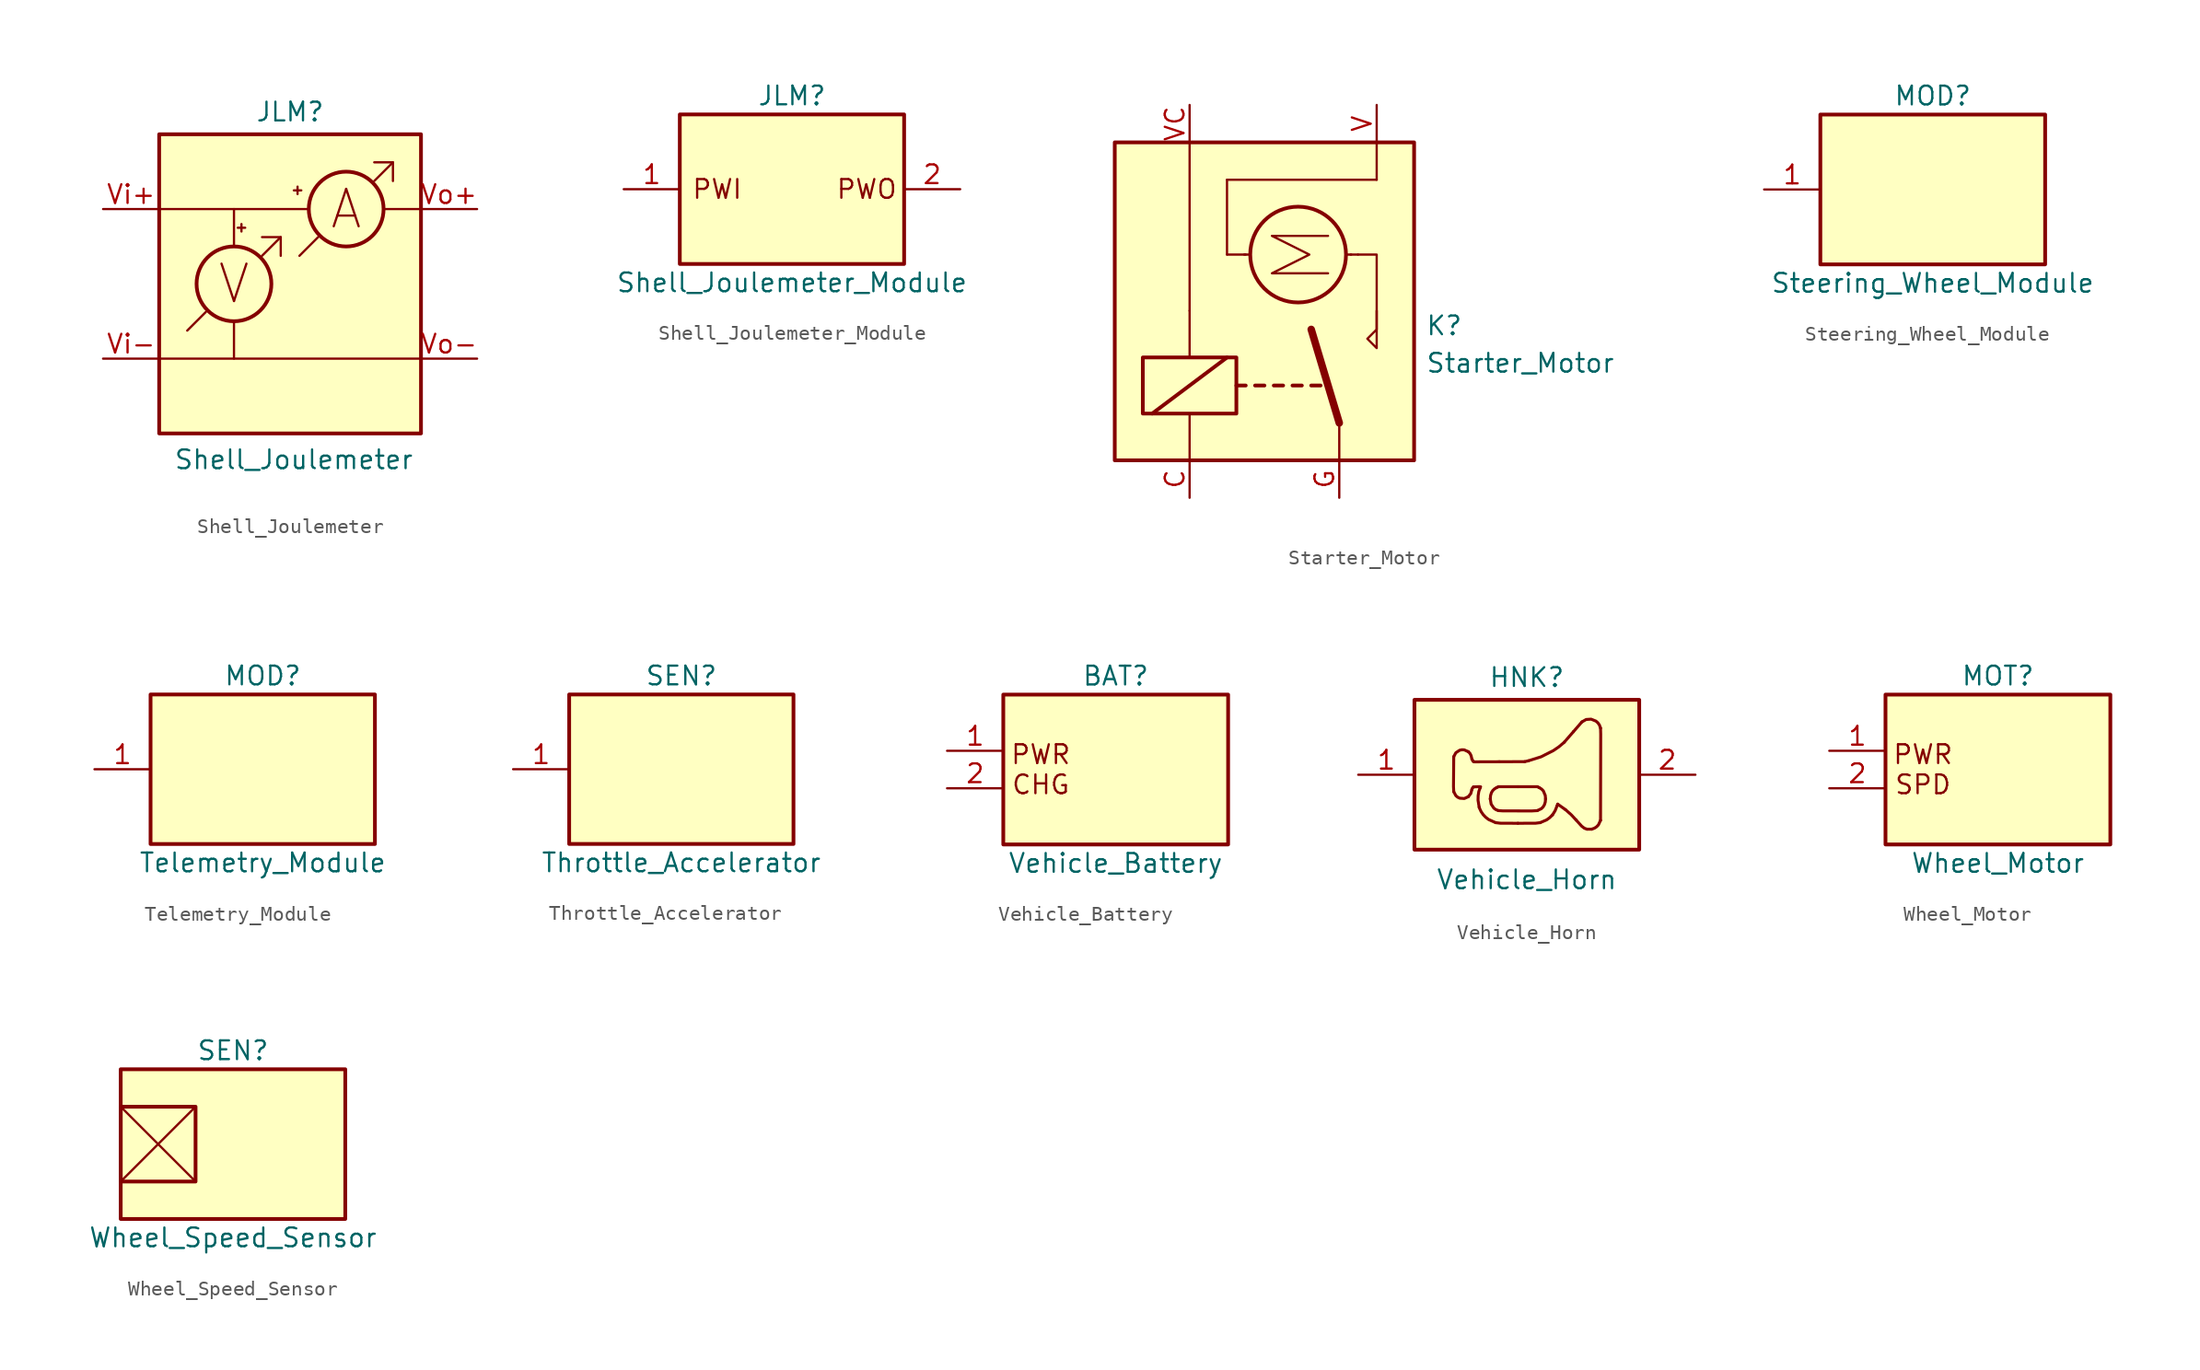
<source format=kicad_sym>
(kicad_symbol_lib
  (version 20241209)
  (generator "kicad_symbol_editor")
  (generator_version "9.0")
  (symbol "Shell_Joulemeter"
    (pin_names
      (offset 1.016)
      (hide yes))
    (property "Reference" "JLM"
      (at 0 11.684 0)
      (effects (font (size 1.27 1.27))))
    (property "Value" "Shell_Joulemeter"
      (at 0.254 -11.938 0)
      (effects (font (size 1.27 1.27))))
    (symbol "Shell_Joulemeter_0_0"
      (polyline (pts (xy -6.985 -3.175) (xy -5.715 -1.905)) (stroke (width 0) (type default)) (fill (type none)))
      (polyline (pts (xy -1.905 3.175) (xy -0.635 3.175) (xy -0.635 1.905)) (stroke (width 0) (type default)) (fill (type none)))
      (polyline (pts (xy -1.905 1.905) (xy -0.635 3.175)) (stroke (width 0) (type default)) (fill (type none)))
      (polyline (pts (xy 0.635 1.905) (xy 1.905 3.175)) (stroke (width 0) (type default)) (fill (type none)))
      (polyline (pts (xy 5.715 8.255) (xy 6.985 8.255) (xy 6.985 6.985)) (stroke (width 0) (type default)) (fill (type none)))
      (polyline (pts (xy 5.715 6.985) (xy 6.985 8.255)) (stroke (width 0) (type default)) (fill (type none)))
      (text "V" (at -3.81 0 0) (effects (font (size 2.54 2.54))))
      (text "A" (at 3.81 5.08 0) (effects (font (size 2.54 2.54)))))
    (symbol "Shell_Joulemeter_0_1"
      (polyline (pts (xy -8.89 5.08) (xy -3.81 5.08) (xy -3.81 2.54)) (stroke (width 0) (type default)) (fill (type none)))
      (polyline (pts (xy -8.89 -5.08) (xy -3.81 -5.08) (xy -3.81 -2.54)) (stroke (width 0) (type default)) (fill (type none)))
      (polyline (pts (xy -3.81 5.08) (xy 1.27 5.08)) (stroke (width 0) (type default)) (fill (type none)))
      (circle (center -3.81 0) (radius 2.54) (stroke (width 0.254) (type default)) (fill (type none)))
      (polyline (pts (xy -3.81 -5.08) (xy 8.89 -5.08)) (stroke (width 0) (type default)) (fill (type none)))
      (polyline (pts (xy -3.556 3.81) (xy -3.048 3.81)) (stroke (width 0) (type default)) (fill (type none)))
      (polyline (pts (xy -3.302 4.064) (xy -3.302 3.556)) (stroke (width 0) (type default)) (fill (type none)))
      (polyline (pts (xy 0.254 6.35) (xy 0.762 6.35)) (stroke (width 0) (type default)) (fill (type none)))
      (polyline (pts (xy 0.508 6.604) (xy 0.508 6.096)) (stroke (width 0) (type default)) (fill (type none)))
      (circle (center 3.81 5.08) (radius 2.54) (stroke (width 0.254) (type default)) (fill (type none)))
      (polyline (pts (xy 6.35 5.08) (xy 8.89 5.08)) (stroke (width 0) (type default)) (fill (type none))))
    (symbol "Shell_Joulemeter_1_1"
      (rectangle (start -8.89 10.16) (end 8.89 -10.16) (stroke (width 0.254) (type default)) (fill (type background)))
      (pin passive line (at -12.7 5.08 0) (length 3.81) (name "Pin_1" (effects (font (size 1.27 1.27)))) (number "Vi+" (effects (font (size 1.27 1.27)))))
      (pin passive line (at -12.7 -5.08 0) (length 3.81) (name "Pin_1" (effects (font (size 1.27 1.27)))) (number "Vi-" (effects (font (size 1.27 1.27)))))
      (pin passive line (at 12.7 5.08 180) (length 3.81) (name "Pin_2" (effects (font (size 1.27 1.27)))) (number "Vo+" (effects (font (size 1.27 1.27)))))
      (pin passive line (at 12.7 -5.08 180) (length 3.81) (name "Pin_2" (effects (font (size 1.27 1.27)))) (number "Vo-" (effects (font (size 1.27 1.27)))))))
  (symbol "Shell_Joulemeter_Module"
    (pin_names
      (offset 1.016)
      (hide yes))
    (property "Reference" "JLM"
      (at 0 6.35 0)
      (effects (font (size 1.27 1.27))))
    (property "Value" "Shell_Joulemeter_Module"
      (at 0 -6.35 0)
      (effects (font (size 1.27 1.27))))
    (symbol "Shell_Joulemeter_Module_1_0"
      (text "PWO" (at 5.08 0 0) (effects (font (size 1.27 1.27)))))
    (symbol "Shell_Joulemeter_Module_1_1"
      (rectangle (start -7.62 5.08) (end 7.62 -5.08) (stroke (width 0.254) (type default)) (fill (type background)))
      (text "PWI" (at -5.08 0 0) (effects (font (size 1.27 1.27))))
      (pin passive line (at -11.43 0 0) (length 3.81) (name "Pin_1" (effects (font (size 1.27 1.27)))) (number "1" (effects (font (size 1.27 1.27)))))
      (pin passive line (at 11.43 0 180) (length 3.81) (name "Pin_2" (effects (font (size 1.27 1.27)))) (number "2" (effects (font (size 1.27 1.27)))))))
  (symbol "Starter_Motor"
    (property "Reference" "K"
      (at 10.922 -1.016 0)
      (effects (font (size 1.27 1.27)) (justify left)))
    (property "Value" "Starter_Motor"
      (at 10.922 -3.556 0)
      (effects (font (size 1.27 1.27)) (justify left)))
    (symbol "Starter_Motor_0_0"
      (polyline (pts (xy 4.318 2.54) (xy 0.508 2.54) (xy 3.048 3.81) (xy 0.508 5.08) (xy 4.318 5.08)) (stroke (width 0) (type default)) (fill (type none)))
      (polyline (pts (xy 7.62 0) (xy 7.62 -2.54) (xy 6.985 -1.905) (xy 7.62 -1.27)) (stroke (width 0) (type default)) (fill (type none))))
    (symbol "Starter_Motor_0_1"
      (rectangle (start -10.16 11.43) (end 10.16 -10.16) (stroke (width 0.254) (type default)) (fill (type background)))
      (rectangle (start -8.255 -3.175) (end -1.905 -6.985) (stroke (width 0.254) (type default)) (fill (type none)))
      (polyline (pts (xy -7.62 -6.985) (xy -2.54 -3.175)) (stroke (width 0.254) (type default)) (fill (type none)))
      (polyline (pts (xy -5.08 0) (xy -5.08 11.43)) (stroke (width 0) (type default)) (fill (type none)))
      (polyline (pts (xy -5.08 0) (xy -5.08 -3.175)) (stroke (width 0) (type default)) (fill (type none)))
      (polyline (pts (xy -5.08 -10.16) (xy -5.08 -6.985)) (stroke (width 0) (type default)) (fill (type none)))
      (polyline (pts (xy -2.54 8.89) (xy 7.62 8.89)) (stroke (width 0) (type default)) (fill (type none)))
      (polyline (pts (xy -2.54 3.81) (xy -2.54 8.89)) (stroke (width 0) (type default)) (fill (type none)))
      (polyline (pts (xy -1.905 -5.08) (xy -1.27 -5.08)) (stroke (width 0.254) (type default)) (fill (type none)))
      (polyline (pts (xy -1.27 3.81) (xy -2.54 3.81)) (stroke (width 0) (type default)) (fill (type none)))
      (polyline (pts (xy -0.965 3.81) (xy -1.372 3.81)) (stroke (width 0) (type default)) (fill (type none)))
      (polyline (pts (xy -0.635 -5.08) (xy 0 -5.08)) (stroke (width 0.254) (type default)) (fill (type none)))
      (polyline (pts (xy 0.635 -5.08) (xy 1.27 -5.08)) (stroke (width 0.254) (type default)) (fill (type none)))
      (polyline (pts (xy 1.905 -5.08) (xy 2.54 -5.08)) (stroke (width 0.254) (type default)) (fill (type none)))
      (circle (center 2.286 3.81) (radius 3.251) (stroke (width 0.254) (type default)) (fill (type none)))
      (polyline (pts (xy 3.175 -5.08) (xy 3.81 -5.08)) (stroke (width 0.254) (type default)) (fill (type none)))
      (polyline (pts (xy 5.08 -7.62) (xy 3.175 -1.27)) (stroke (width 0.508) (type default)) (fill (type none)))
      (polyline (pts (xy 5.08 -7.62) (xy 5.08 -10.16)) (stroke (width 0) (type default)) (fill (type none)))
      (polyline (pts (xy 5.537 3.81) (xy 5.893 3.81)) (stroke (width 0) (type default)) (fill (type none)))
      (polyline (pts (xy 5.842 3.81) (xy 6.35 3.81)) (stroke (width 0) (type default)) (fill (type none)))
      (polyline (pts (xy 7.62 11.43) (xy 7.62 8.89)) (stroke (width 0) (type default)) (fill (type none)))
      (polyline (pts (xy 7.62 -1.27) (xy 7.62 3.81) (xy 6.35 3.81)) (stroke (width 0) (type default)) (fill (type none))))
    (symbol "Starter_Motor_1_1"
      (pin passive line (at -5.08 13.97 270) (length 2.54) (name "~" (effects (font (size 1.27 1.27)))) (number "VC" (effects (font (size 1.27 1.27)))))
      (pin passive line (at -5.08 -12.7 90) (length 2.54) (name "" (effects (font (size 1.27 1.27)))) (number "C" (effects (font (size 1.27 1.27)))))
      (pin passive line (at 5.08 -12.7 90) (length 2.54) (name "" (effects (font (size 1.27 1.27)))) (number "G" (effects (font (size 1.27 1.27)))))
      (pin passive line (at 7.62 13.97 270) (length 2.54) (name "~" (effects (font (size 1.27 1.27)))) (number "V" (effects (font (size 1.27 1.27)))))))
  (symbol "Steering_Wheel_Module"
    (pin_names
      (offset 1.016)
      (hide yes))
    (property "Reference" "MOD"
      (at 0 6.35 0)
      (effects (font (size 1.27 1.27))))
    (property "Value" "Steering_Wheel_Module"
      (at 0 -6.35 0)
      (effects (font (size 1.27 1.27))))
    (symbol "Steering_Wheel_Module_1_1"
      (rectangle (start -7.62 5.08) (end 7.62 -5.08) (stroke (width 0.254) (type default)) (fill (type background)))
      (pin passive line (at -11.43 0 0) (length 3.81) (name "Pin_1" (effects (font (size 1.27 1.27)))) (number "1" (effects (font (size 1.27 1.27)))))))
  (symbol "Telemetry_Module"
    (pin_names
      (offset 1.016)
      (hide yes))
    (property "Reference" "MOD"
      (at 0 6.35 0)
      (effects (font (size 1.27 1.27))))
    (property "Value" "Telemetry_Module"
      (at 0 -6.35 0)
      (effects (font (size 1.27 1.27))))
    (symbol "Telemetry_Module_1_1"
      (rectangle (start -7.62 5.08) (end 7.62 -5.08) (stroke (width 0.254) (type default)) (fill (type background)))
      (pin passive line (at -11.43 0 0) (length 3.81) (name "Pin_1" (effects (font (size 1.27 1.27)))) (number "1" (effects (font (size 1.27 1.27)))))))
  (symbol "Throttle_Accelerator"
    (pin_names
      (offset 1.016)
      (hide yes))
    (property "Reference" "SEN"
      (at 0 6.35 0)
      (effects (font (size 1.27 1.27))))
    (property "Value" "Throttle_Accelerator"
      (at 0 -6.35 0)
      (effects (font (size 1.27 1.27))))
    (symbol "Throttle_Accelerator_1_1"
      (rectangle (start -7.62 5.08) (end 7.62 -5.08) (stroke (width 0.254) (type default)) (fill (type background)))
      (pin passive line (at -11.43 0 0) (length 3.81) (name "Pin_1" (effects (font (size 1.27 1.27)))) (number "1" (effects (font (size 1.27 1.27)))))))
  (symbol "Vehicle_Battery"
    (pin_names
      (offset 1.016)
      (hide yes))
    (property "Reference" "BAT"
      (at 0 6.35 0)
      (effects (font (size 1.27 1.27))))
    (property "Value" "Vehicle_Battery"
      (at 0 -6.35 0)
      (effects (font (size 1.27 1.27))))
    (symbol "Vehicle_Battery_1_1"
      (rectangle (start -7.62 5.08) (end 7.62 -5.08) (stroke (width 0.254) (type default)) (fill (type background)))
      (text "PWR\nCHG" (at -5.08 0 0) (effects (font (size 1.27 1.27))))
      (pin passive line (at -11.43 1.27 0) (length 3.81) (name "Pin_1" (effects (font (size 1.27 1.27)))) (number "1" (effects (font (size 1.27 1.27)))))
      (pin passive line (at -11.43 -1.27 0) (length 3.81) (name "Pin_2" (effects (font (size 1.27 1.27)))) (number "2" (effects (font (size 1.27 1.27)))))))
  (symbol "Vehicle_Horn"
    (pin_names
      (offset 1.016)
      (hide yes))
    (property "Reference" "HNK"
      (at 0 6.604 0)
      (effects (font (size 1.27 1.27))))
    (property "Value" "Vehicle_Horn"
      (at 0 -7.112 0)
      (effects (font (size 1.27 1.27))))
    (symbol "Vehicle_Horn_1_0"
      (bezier (pts (xy -4.956 1.224) (xy -4.846 1.663) (xy -4.32 1.842) (xy -3.965 1.561)) (stroke (width 0.2) (type default)) (fill (type none)))
      (bezier (pts (xy -4.956 -1.151) (xy -4.988 -1.022) (xy -4.988 1.095) (xy -4.956 1.224)) (stroke (width 0.2) (type default)) (fill (type none)))
      (bezier (pts (xy -3.965 1.561) (xy -3.829 1.454) (xy -3.763 1.314) (xy -3.72 1.048)) (stroke (width 0.2) (type default)) (fill (type none)))
      (bezier (pts (xy -3.965 -1.488) (xy -4.32 -1.768) (xy -4.846 -1.589) (xy -4.956 -1.151)) (stroke (width 0.2) (type default)) (fill (type none)))
      (bezier (pts (xy -3.729 -1.017) (xy -3.729 -1.17) (xy -3.838 -1.387) (xy -3.965 -1.488)) (stroke (width 0.2) (type default)) (fill (type none)))
      (bezier (pts (xy -3.72 1.048) (xy -3.712 1.001) (xy -3.688 0.959) (xy -3.648 0.925)) (stroke (width 0.2) (type default)) (fill (type none)))
      (polyline (pts (xy -3.648 0.925) (xy -3.587 0.875)) (stroke (width 0.2) (type default)) (fill (type none)))
      (bezier (pts (xy -3.62 -0.825) (xy -3.672 -0.849) (xy -3.729 -0.949) (xy -3.729 -1.017)) (stroke (width 0.2) (type default)) (fill (type none)))
      (polyline (pts (xy -3.587 0.875) (xy -1.867 0.881)) (stroke (width 0.2) (type default)) (fill (type none)))
      (bezier (pts (xy -3.232 -2.201) (xy -3.356 -1.812) (xy -3.329 -1.203) (xy -3.173 -0.902)) (stroke (width 0.2) (type default)) (fill (type none)))
      (bezier (pts (xy -3.173 -0.902) (xy -3.157 -0.87) (xy -3.143 -0.835) (xy -3.143 -0.823)) (stroke (width 0.2) (type default)) (fill (type none)))
      (bezier (pts (xy -3.143 -0.823) (xy -3.143 -0.795) (xy -3.557 -0.797) (xy -3.62 -0.825)) (stroke (width 0.2) (type default)) (fill (type none)))
      (bezier (pts (xy -2.479 -1.639) (xy -2.479 -1.257) (xy -2.342 -1.012) (xy -2.05 -0.873)) (stroke (width 0.2) (type default)) (fill (type none)))
      (bezier (pts (xy -2.118 -3.248) (xy -2.656 -3.1) (xy -3.068 -2.712) (xy -3.232 -2.201)) (stroke (width 0.2) (type default)) (fill (type none)))
      (polyline (pts (xy -2.05 -0.873) (xy -1.923 -0.813)) (stroke (width 0.2) (type default)) (fill (type none)))
      (bezier (pts (xy -1.931 -2.432) (xy -2.278 -2.338) (xy -2.479 -2.047) (xy -2.479 -1.639)) (stroke (width 0.2) (type default)) (fill (type none)))
      (polyline (pts (xy -1.923 -0.813) (xy -0.605 -0.813)) (stroke (width 0.2) (type default)) (fill (type none)))
      (polyline (pts (xy -1.867 0.881) (xy -0.146 0.888)) (stroke (width 0.2) (type default)) (fill (type none)))
      (polyline (pts (xy -0.605 -0.813) (xy 0.713 -0.813)) (stroke (width 0.2) (type default)) (fill (type none)))
      (bezier (pts (xy -0.605 -3.292) (xy -1.944 -3.292) (xy -1.964 -3.291) (xy -2.118 -3.248)) (stroke (width 0.2) (type default)) (fill (type none)))
      (polyline (pts (xy -0.146 0.888) (xy 0.098 0.943)) (stroke (width 0.2) (type default)) (fill (type none)))
      (bezier (pts (xy 0.098 0.943) (xy 1.02 1.149) (xy 1.947 1.629) (xy 2.541 2.21)) (stroke (width 0.2) (type default)) (fill (type none)))
      (bezier (pts (xy 0.711 -2.433) (xy 0.546 -2.476) (xy -1.771 -2.475) (xy -1.931 -2.432)) (stroke (width 0.2) (type default)) (fill (type none)))
      (polyline (pts (xy 0.713 -0.813) (xy 0.84 -0.873)) (stroke (width 0.2) (type default)) (fill (type none)))
      (bezier (pts (xy 0.84 -0.873) (xy 1.132 -1.012) (xy 1.27 -1.257) (xy 1.27 -1.639)) (stroke (width 0.2) (type default)) (fill (type none)))
      (bezier (pts (xy 0.908 -3.248) (xy 0.754 -3.292) (xy 0.739 -3.292) (xy -0.605 -3.292)) (stroke (width 0.2) (type default)) (fill (type none)))
      (bezier (pts (xy 1.27 -1.639) (xy 1.27 -2.053) (xy 1.067 -2.34) (xy 0.711 -2.433)) (stroke (width 0.2) (type default)) (fill (type none)))
      (bezier (pts (xy 1.74 -2.722) (xy 1.516 -2.981) (xy 1.238 -3.157) (xy 0.908 -3.248)) (stroke (width 0.2) (type default)) (fill (type none)))
      (bezier (pts (xy 2.052 -2.106) (xy 2.018 -2.268) (xy 1.854 -2.59) (xy 1.74 -2.722)) (stroke (width 0.2) (type default)) (fill (type none)))
      (bezier (pts (xy 2.093 -1.994) (xy 2.084 -1.994) (xy 2.066 -2.045) (xy 2.052 -2.106)) (stroke (width 0.2) (type default)) (fill (type none)))
      (bezier (pts (xy 2.541 2.21) (xy 2.612 2.279) (xy 2.89 2.598) (xy 3.158 2.919)) (stroke (width 0.2) (type default)) (fill (type none)))
      (bezier (pts (xy 2.62 -2.369) (xy 2.413 -2.203) (xy 2.12 -1.994) (xy 2.093 -1.994)) (stroke (width 0.2) (type default)) (fill (type none)))
      (bezier (pts (xy 3.158 2.919) (xy 3.426 3.24) (xy 3.684 3.538) (xy 3.732 3.581)) (stroke (width 0.2) (type default)) (fill (type none)))
      (bezier (pts (xy 3.344 -3.074) (xy 3.117 -2.806) (xy 2.896 -2.59) (xy 2.62 -2.369)) (stroke (width 0.2) (type default)) (fill (type none)))
      (bezier (pts (xy 3.732 3.581) (xy 4.165 3.978) (xy 4.873 3.745) (xy 4.997 3.165)) (stroke (width 0.2) (type default)) (fill (type none)))
      (bezier (pts (xy 4.082 -3.691) (xy 3.864 -3.648) (xy 3.743 -3.547) (xy 3.344 -3.074)) (stroke (width 0.2) (type default)) (fill (type none)))
      (bezier (pts (xy 4.398 -3.69) (xy 4.28 -3.715) (xy 4.207 -3.715) (xy 4.082 -3.691)) (stroke (width 0.2) (type default)) (fill (type none)))
      (bezier (pts (xy 4.997 3.165) (xy 5.028 3.018) (xy 5.028 -2.945) (xy 4.997 -3.091)) (stroke (width 0.2) (type default)) (fill (type none)))
      (bezier (pts (xy 4.997 -3.091) (xy 4.933 -3.39) (xy 4.697 -3.627) (xy 4.398 -3.69)) (stroke (width 0.2) (type default)) (fill (type none))))
    (symbol "Vehicle_Horn_1_1"
      (rectangle (start -7.62 5.08) (end 7.62 -5.08) (stroke (width 0.254) (type default)) (fill (type background)))
      (pin passive line (at -11.43 0 0) (length 3.81) (name "Pin_1" (effects (font (size 1.27 1.27)))) (number "1" (effects (font (size 1.27 1.27)))))
      (pin passive line (at 11.43 0 180) (length 3.81) (name "Pin_2" (effects (font (size 1.27 1.27)))) (number "2" (effects (font (size 1.27 1.27)))))))
  (symbol "Wheel_Motor"
    (pin_names
      (offset 1.016)
      (hide yes))
    (property "Reference" "MOT"
      (at 0 6.35 0)
      (effects (font (size 1.27 1.27))))
    (property "Value" "Wheel_Motor"
      (at 0 -6.35 0)
      (effects (font (size 1.27 1.27))))
    (symbol "Wheel_Motor_1_1"
      (rectangle (start -7.62 5.08) (end 7.62 -5.08) (stroke (width 0.254) (type default)) (fill (type background)))
      (text "PWR\nSPD" (at -5.08 0 0) (effects (font (size 1.27 1.27))))
      (pin passive line (at -11.43 1.27 0) (length 3.81) (name "Pin_1" (effects (font (size 1.27 1.27)))) (number "1" (effects (font (size 1.27 1.27)))))
      (pin passive line (at -11.43 -1.27 0) (length 3.81) (name "Pin_2" (effects (font (size 1.27 1.27)))) (number "2" (effects (font (size 1.27 1.27)))))))
  (symbol "Wheel_Speed_Sensor"
    (pin_names
      (offset 1.016)
      (hide yes))
    (property "Reference" "SEN"
      (at 0 6.35 0)
      (effects (font (size 1.27 1.27))))
    (property "Value" "Wheel_Speed_Sensor"
      (at 0 -6.35 0)
      (effects (font (size 1.27 1.27))))
    (symbol "Wheel_Speed_Sensor_0_1"
      (polyline (pts (xy -7.62 2.54) (xy -2.54 -2.54)) (stroke (width 0) (type default)) (fill (type none)))
      (polyline (pts (xy -2.54 2.54) (xy -7.62 -2.54)) (stroke (width 0) (type default)) (fill (type none))))
    (symbol "Wheel_Speed_Sensor_1_1"
      (rectangle (start -7.62 5.08) (end 7.62 -5.08) (stroke (width 0.254) (type default)) (fill (type background)))
      (rectangle (start -7.62 2.54) (end -2.54 -2.54) (stroke (width 0.254) (type default)) (fill (type background))))))
</source>
